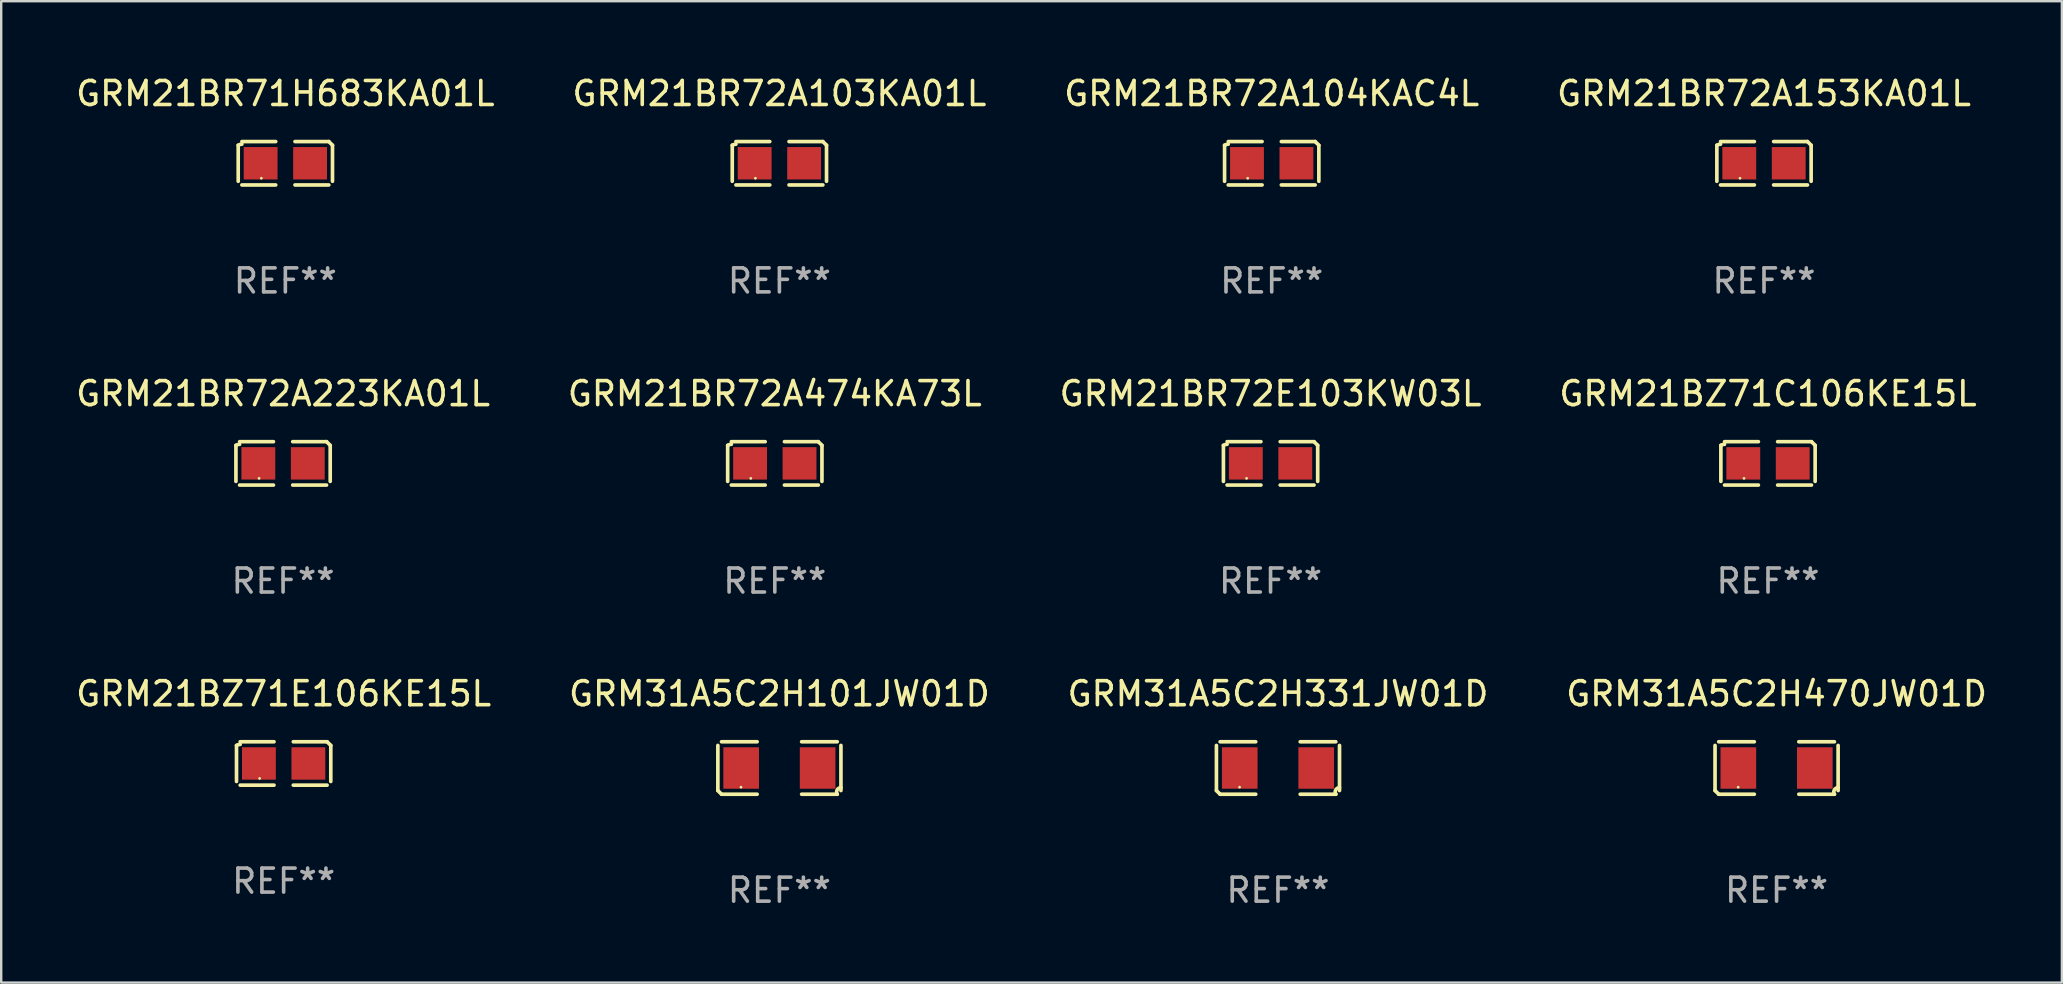
<source format=kicad_pcb>
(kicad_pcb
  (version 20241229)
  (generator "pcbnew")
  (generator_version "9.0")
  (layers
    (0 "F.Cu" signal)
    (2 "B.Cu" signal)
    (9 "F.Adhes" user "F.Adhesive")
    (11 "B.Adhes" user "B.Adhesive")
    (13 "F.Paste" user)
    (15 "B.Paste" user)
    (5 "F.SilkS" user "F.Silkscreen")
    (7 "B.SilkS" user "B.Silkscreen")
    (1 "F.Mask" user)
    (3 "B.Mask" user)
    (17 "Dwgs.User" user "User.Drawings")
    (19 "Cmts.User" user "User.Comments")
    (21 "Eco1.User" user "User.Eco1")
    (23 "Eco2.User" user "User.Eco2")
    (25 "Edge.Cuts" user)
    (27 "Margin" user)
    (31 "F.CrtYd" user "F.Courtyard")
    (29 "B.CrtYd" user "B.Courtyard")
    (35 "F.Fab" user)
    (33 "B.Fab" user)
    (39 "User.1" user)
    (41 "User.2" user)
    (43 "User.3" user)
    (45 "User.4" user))
  (footprint "GRM21BR72A223KA01L"
    (layer "F.Cu")
    (at 8.744 16.256)
    (property "Reference" "GRM21BR72A223KA01L" (at 0 -2.904 0) (layer "F.SilkS") (effects (font (size 1 1) (thickness 0.15))))
    (attr through_hole)
    (fp_line (start -1.964 0.751) (end -1.964 -0.751) (stroke (width 0.152) (type solid)) (layer "F.SilkS"))
    (fp_line (start -1.811 -0.904) (end -0.401 -0.904) (stroke (width 0.152) (type solid)) (layer "F.SilkS"))
    (fp_line (start -0.401 0.904) (end -1.811 0.904) (stroke (width 0.152) (type solid)) (layer "F.SilkS"))
    (fp_line (start 0.401 0.904) (end 1.811 0.904) (stroke (width 0.152) (type solid)) (layer "F.SilkS"))
    (fp_line (start 1.811 -0.904) (end 0.401 -0.904) (stroke (width 0.152) (type solid)) (layer "F.SilkS"))
    (fp_line (start 1.964 0.751) (end 1.964 -0.751) (stroke (width 0.152) (type solid)) (layer "F.SilkS"))
    (fp_arc (start -1.963602 -0.751207) (mid -1.890354 -0.783131) (end -1.811201 -0.794044) (stroke (width 0.1524) (type solid)) (layer "F.SilkS"))
    (fp_arc (start 1.811202 -0.903607) (mid 1.887413 -0.827418) (end 1.963602 -0.751207) (stroke (width 0.1524) (type solid)) (layer "F.SilkS"))
    (fp_circle (center -1 0.625) (end -0.97 0.625) (stroke (width 0.06) (type solid)) (fill no) (layer "F.SilkS"))
    (fp_text user "REF**" (at 0 4.904 0) (layer "F.Fab") (effects (font (size 1 1) (thickness 0.15))))
    (pad "1" smd rect (at -1.03 0) (size 1.41 1.35) (layers "F.Cu" "F.Mask" "F.Paste"))
    (pad "2" smd rect (at 1.03 0) (size 1.41 1.35) (layers "F.Cu" "F.Mask" "F.Paste")))
  (footprint "GRM21BR72A104KAC4L"
    (layer "F.Cu")
    (at 49.935 3.752)
    (property "Reference" "GRM21BR72A104KAC4L" (at 0 -2.904 0) (layer "F.SilkS") (effects (font (size 1 1) (thickness 0.15))))
    (attr through_hole)
    (fp_line (start -1.964 0.751) (end -1.964 -0.751) (stroke (width 0.152) (type solid)) (layer "F.SilkS"))
    (fp_line (start -1.811 -0.904) (end -0.401 -0.904) (stroke (width 0.152) (type solid)) (layer "F.SilkS"))
    (fp_line (start -0.401 0.904) (end -1.811 0.904) (stroke (width 0.152) (type solid)) (layer "F.SilkS"))
    (fp_line (start 0.401 0.904) (end 1.811 0.904) (stroke (width 0.152) (type solid)) (layer "F.SilkS"))
    (fp_line (start 1.811 -0.904) (end 0.401 -0.904) (stroke (width 0.152) (type solid)) (layer "F.SilkS"))
    (fp_line (start 1.964 0.751) (end 1.964 -0.751) (stroke (width 0.152) (type solid)) (layer "F.SilkS"))
    (fp_arc (start -1.963602 -0.751207) (mid -1.890354 -0.783131) (end -1.811201 -0.794044) (stroke (width 0.1524) (type solid)) (layer "F.SilkS"))
    (fp_arc (start 1.811202 -0.903607) (mid 1.887413 -0.827418) (end 1.963602 -0.751207) (stroke (width 0.1524) (type solid)) (layer "F.SilkS"))
    (fp_circle (center -1 0.625) (end -0.97 0.625) (stroke (width 0.06) (type solid)) (fill no) (layer "F.SilkS"))
    (fp_text user "REF**" (at 0 4.904 0) (layer "F.Fab") (effects (font (size 1 1) (thickness 0.15))))
    (pad "1" smd rect (at -1.03 0) (size 1.41 1.35) (layers "F.Cu" "F.Mask" "F.Paste"))
    (pad "2" smd rect (at 1.03 0) (size 1.41 1.35) (layers "F.Cu" "F.Mask" "F.Paste")))
  (footprint "GRM31A5C2H101JW01D"
    (layer "F.Cu")
    (at 29.423 28.948)
    (property "Reference" "GRM31A5C2H101JW01D" (at 0 -3.093 0) (layer "F.SilkS") (effects (font (size 1 1) (thickness 0.15))))
    (attr through_hole)
    (fp_line (start -2.564 0.94) (end -2.564 -0.94) (stroke (width 0.152) (type solid)) (layer "F.SilkS"))
    (fp_line (start -2.411 -1.093) (end -0.926 -1.093) (stroke (width 0.152) (type solid)) (layer "F.SilkS"))
    (fp_line (start -0.926 1.093) (end -2.411 1.093) (stroke (width 0.152) (type solid)) (layer "F.SilkS"))
    (fp_line (start 0.926 1.093) (end 2.411 1.093) (stroke (width 0.152) (type solid)) (layer "F.SilkS"))
    (fp_line (start 2.411 -1.093) (end 0.926 -1.093) (stroke (width 0.152) (type solid)) (layer "F.SilkS"))
    (fp_line (start 2.564 0.94) (end 2.564 -0.94) (stroke (width 0.152) (type solid)) (layer "F.SilkS"))
    (fp_arc (start -2.411201 1.092609) (mid -2.487413 1.01642) (end -2.563602 0.940208) (stroke (width 0.1524) (type solid)) (layer "F.SilkS"))
    (fp_arc (start 2.411201 1.092609) (mid 2.407159 0.911226) (end 2.563602 0.819347) (stroke (width 0.1524) (type solid)) (layer "F.SilkS"))
    (fp_circle (center -1.6 0.8) (end -1.57 0.8) (stroke (width 0.06) (type solid)) (fill no) (layer "F.SilkS"))
    (fp_text user "REF**" (at 0 5.093 0) (layer "F.Fab") (effects (font (size 1 1) (thickness 0.15))))
    (pad "1" smd rect (at -1.593 0) (size 1.485 1.728) (layers "F.Cu" "F.Mask" "F.Paste"))
    (pad "2" smd rect (at 1.593 0) (size 1.485 1.728) (layers "F.Cu" "F.Mask" "F.Paste")))
  (footprint "GRM21BR72A474KA73L"
    (layer "F.Cu")
    (at 29.232 16.256)
    (property "Reference" "GRM21BR72A474KA73L" (at 0 -2.904 0) (layer "F.SilkS") (effects (font (size 1 1) (thickness 0.15))))
    (attr through_hole)
    (fp_line (start -1.964 0.751) (end -1.964 -0.751) (stroke (width 0.152) (type solid)) (layer "F.SilkS"))
    (fp_line (start -1.811 -0.904) (end -0.401 -0.904) (stroke (width 0.152) (type solid)) (layer "F.SilkS"))
    (fp_line (start -0.401 0.904) (end -1.811 0.904) (stroke (width 0.152) (type solid)) (layer "F.SilkS"))
    (fp_line (start 0.401 0.904) (end 1.811 0.904) (stroke (width 0.152) (type solid)) (layer "F.SilkS"))
    (fp_line (start 1.811 -0.904) (end 0.401 -0.904) (stroke (width 0.152) (type solid)) (layer "F.SilkS"))
    (fp_line (start 1.964 0.751) (end 1.964 -0.751) (stroke (width 0.152) (type solid)) (layer "F.SilkS"))
    (fp_arc (start -1.963602 -0.751207) (mid -1.890354 -0.783131) (end -1.811201 -0.794044) (stroke (width 0.1524) (type solid)) (layer "F.SilkS"))
    (fp_arc (start 1.811202 -0.903607) (mid 1.887413 -0.827418) (end 1.963602 -0.751207) (stroke (width 0.1524) (type solid)) (layer "F.SilkS"))
    (fp_circle (center -1 0.625) (end -0.97 0.625) (stroke (width 0.06) (type solid)) (fill no) (layer "F.SilkS"))
    (fp_text user "REF**" (at 0 4.904 0) (layer "F.Fab") (effects (font (size 1 1) (thickness 0.15))))
    (pad "1" smd rect (at -1.03 0) (size 1.41 1.35) (layers "F.Cu" "F.Mask" "F.Paste"))
    (pad "2" smd rect (at 1.03 0) (size 1.41 1.35) (layers "F.Cu" "F.Mask" "F.Paste")))
  (footprint "GRM21BZ71C106KE15L"
    (layer "F.Cu")
    (at 70.613 16.256)
    (property "Reference" "GRM21BZ71C106KE15L" (at 0 -2.904 0) (layer "F.SilkS") (effects (font (size 1 1) (thickness 0.15))))
    (attr through_hole)
    (fp_line (start -1.964 0.751) (end -1.964 -0.751) (stroke (width 0.152) (type solid)) (layer "F.SilkS"))
    (fp_line (start -1.811 -0.904) (end -0.401 -0.904) (stroke (width 0.152) (type solid)) (layer "F.SilkS"))
    (fp_line (start -0.401 0.904) (end -1.811 0.904) (stroke (width 0.152) (type solid)) (layer "F.SilkS"))
    (fp_line (start 0.401 0.904) (end 1.811 0.904) (stroke (width 0.152) (type solid)) (layer "F.SilkS"))
    (fp_line (start 1.811 -0.904) (end 0.401 -0.904) (stroke (width 0.152) (type solid)) (layer "F.SilkS"))
    (fp_line (start 1.964 0.751) (end 1.964 -0.751) (stroke (width 0.152) (type solid)) (layer "F.SilkS"))
    (fp_arc (start -1.963602 -0.751207) (mid -1.890354 -0.783131) (end -1.811201 -0.794044) (stroke (width 0.1524) (type solid)) (layer "F.SilkS"))
    (fp_arc (start 1.811202 -0.903607) (mid 1.887413 -0.827418) (end 1.963602 -0.751207) (stroke (width 0.1524) (type solid)) (layer "F.SilkS"))
    (fp_circle (center -1 0.625) (end -0.97 0.625) (stroke (width 0.06) (type solid)) (fill no) (layer "F.SilkS"))
    (fp_text user "REF**" (at 0 4.904 0) (layer "F.Fab") (effects (font (size 1 1) (thickness 0.15))))
    (pad "1" smd rect (at -1.03 0) (size 1.41 1.35) (layers "F.Cu" "F.Mask" "F.Paste"))
    (pad "2" smd rect (at 1.03 0) (size 1.41 1.35) (layers "F.Cu" "F.Mask" "F.Paste")))
  (footprint "GRM21BZ71E106KE15L"
    (layer "F.Cu")
    (at 8.768 28.759)
    (property "Reference" "GRM21BZ71E106KE15L" (at 0 -2.904 0) (layer "F.SilkS") (effects (font (size 1 1) (thickness 0.15))))
    (attr through_hole)
    (fp_line (start -1.964 0.751) (end -1.964 -0.751) (stroke (width 0.152) (type solid)) (layer "F.SilkS"))
    (fp_line (start -1.811 -0.904) (end -0.401 -0.904) (stroke (width 0.152) (type solid)) (layer "F.SilkS"))
    (fp_line (start -0.401 0.904) (end -1.811 0.904) (stroke (width 0.152) (type solid)) (layer "F.SilkS"))
    (fp_line (start 0.401 0.904) (end 1.811 0.904) (stroke (width 0.152) (type solid)) (layer "F.SilkS"))
    (fp_line (start 1.811 -0.904) (end 0.401 -0.904) (stroke (width 0.152) (type solid)) (layer "F.SilkS"))
    (fp_line (start 1.964 0.751) (end 1.964 -0.751) (stroke (width 0.152) (type solid)) (layer "F.SilkS"))
    (fp_arc (start -1.963602 -0.751207) (mid -1.890354 -0.783131) (end -1.811201 -0.794044) (stroke (width 0.1524) (type solid)) (layer "F.SilkS"))
    (fp_arc (start 1.811202 -0.903607) (mid 1.887413 -0.827418) (end 1.963602 -0.751207) (stroke (width 0.1524) (type solid)) (layer "F.SilkS"))
    (fp_circle (center -1 0.625) (end -0.97 0.625) (stroke (width 0.06) (type solid)) (fill no) (layer "F.SilkS"))
    (fp_text user "REF**" (at 0 4.904 0) (layer "F.Fab") (effects (font (size 1 1) (thickness 0.15))))
    (pad "1" smd rect (at -1.03 0) (size 1.41 1.35) (layers "F.Cu" "F.Mask" "F.Paste"))
    (pad "2" smd rect (at 1.03 0) (size 1.41 1.35) (layers "F.Cu" "F.Mask" "F.Paste")))
  (footprint "GRM31A5C2H331JW01D"
    (layer "F.Cu")
    (at 50.196 28.948)
    (property "Reference" "GRM31A5C2H331JW01D" (at 0 -3.093 0) (layer "F.SilkS") (effects (font (size 1 1) (thickness 0.15))))
    (attr through_hole)
    (fp_line (start -2.564 0.94) (end -2.564 -0.94) (stroke (width 0.152) (type solid)) (layer "F.SilkS"))
    (fp_line (start -2.411 -1.093) (end -0.926 -1.093) (stroke (width 0.152) (type solid)) (layer "F.SilkS"))
    (fp_line (start -0.926 1.093) (end -2.411 1.093) (stroke (width 0.152) (type solid)) (layer "F.SilkS"))
    (fp_line (start 0.926 1.093) (end 2.411 1.093) (stroke (width 0.152) (type solid)) (layer "F.SilkS"))
    (fp_line (start 2.411 -1.093) (end 0.926 -1.093) (stroke (width 0.152) (type solid)) (layer "F.SilkS"))
    (fp_line (start 2.564 0.94) (end 2.564 -0.94) (stroke (width 0.152) (type solid)) (layer "F.SilkS"))
    (fp_arc (start -2.411201 1.092609) (mid -2.487413 1.01642) (end -2.563602 0.940208) (stroke (width 0.1524) (type solid)) (layer "F.SilkS"))
    (fp_arc (start 2.411201 1.092609) (mid 2.407159 0.911226) (end 2.563602 0.819347) (stroke (width 0.1524) (type solid)) (layer "F.SilkS"))
    (fp_circle (center -1.6 0.8) (end -1.57 0.8) (stroke (width 0.06) (type solid)) (fill no) (layer "F.SilkS"))
    (fp_text user "REF**" (at 0 5.093 0) (layer "F.Fab") (effects (font (size 1 1) (thickness 0.15))))
    (pad "1" smd rect (at -1.593 0) (size 1.485 1.728) (layers "F.Cu" "F.Mask" "F.Paste"))
    (pad "2" smd rect (at 1.593 0) (size 1.485 1.728) (layers "F.Cu" "F.Mask" "F.Paste")))
  (footprint "GRM21BR72E103KW03L"
    (layer "F.Cu")
    (at 49.887 16.256)
    (property "Reference" "GRM21BR72E103KW03L" (at 0 -2.904 0) (layer "F.SilkS") (effects (font (size 1 1) (thickness 0.15))))
    (attr through_hole)
    (fp_line (start -1.964 0.751) (end -1.964 -0.751) (stroke (width 0.152) (type solid)) (layer "F.SilkS"))
    (fp_line (start -1.811 -0.904) (end -0.401 -0.904) (stroke (width 0.152) (type solid)) (layer "F.SilkS"))
    (fp_line (start -0.401 0.904) (end -1.811 0.904) (stroke (width 0.152) (type solid)) (layer "F.SilkS"))
    (fp_line (start 0.401 0.904) (end 1.811 0.904) (stroke (width 0.152) (type solid)) (layer "F.SilkS"))
    (fp_line (start 1.811 -0.904) (end 0.401 -0.904) (stroke (width 0.152) (type solid)) (layer "F.SilkS"))
    (fp_line (start 1.964 0.751) (end 1.964 -0.751) (stroke (width 0.152) (type solid)) (layer "F.SilkS"))
    (fp_arc (start -1.963602 -0.751207) (mid -1.890354 -0.783131) (end -1.811201 -0.794044) (stroke (width 0.1524) (type solid)) (layer "F.SilkS"))
    (fp_arc (start 1.811202 -0.903607) (mid 1.887413 -0.827418) (end 1.963602 -0.751207) (stroke (width 0.1524) (type solid)) (layer "F.SilkS"))
    (fp_circle (center -1 0.625) (end -0.97 0.625) (stroke (width 0.06) (type solid)) (fill no) (layer "F.SilkS"))
    (fp_text user "REF**" (at 0 4.904 0) (layer "F.Fab") (effects (font (size 1 1) (thickness 0.15))))
    (pad "1" smd rect (at -1.03 0) (size 1.41 1.35) (layers "F.Cu" "F.Mask" "F.Paste"))
    (pad "2" smd rect (at 1.03 0) (size 1.41 1.35) (layers "F.Cu" "F.Mask" "F.Paste")))
  (footprint "GRM21BR71H683KA01L"
    (layer "F.Cu")
    (at 8.839 3.752)
    (property "Reference" "GRM21BR71H683KA01L" (at 0 -2.904 0) (layer "F.SilkS") (effects (font (size 1 1) (thickness 0.15))))
    (attr through_hole)
    (fp_line (start -1.964 0.751) (end -1.964 -0.751) (stroke (width 0.152) (type solid)) (layer "F.SilkS"))
    (fp_line (start -1.811 -0.904) (end -0.401 -0.904) (stroke (width 0.152) (type solid)) (layer "F.SilkS"))
    (fp_line (start -0.401 0.904) (end -1.811 0.904) (stroke (width 0.152) (type solid)) (layer "F.SilkS"))
    (fp_line (start 0.401 0.904) (end 1.811 0.904) (stroke (width 0.152) (type solid)) (layer "F.SilkS"))
    (fp_line (start 1.811 -0.904) (end 0.401 -0.904) (stroke (width 0.152) (type solid)) (layer "F.SilkS"))
    (fp_line (start 1.964 0.751) (end 1.964 -0.751) (stroke (width 0.152) (type solid)) (layer "F.SilkS"))
    (fp_arc (start -1.963602 -0.751207) (mid -1.890354 -0.783131) (end -1.811201 -0.794044) (stroke (width 0.1524) (type solid)) (layer "F.SilkS"))
    (fp_arc (start 1.811202 -0.903607) (mid 1.887413 -0.827418) (end 1.963602 -0.751207) (stroke (width 0.1524) (type solid)) (layer "F.SilkS"))
    (fp_circle (center -1 0.625) (end -0.97 0.625) (stroke (width 0.06) (type solid)) (fill no) (layer "F.SilkS"))
    (fp_text user "REF**" (at 0 4.904 0) (layer "F.Fab") (effects (font (size 1 1) (thickness 0.15))))
    (pad "1" smd rect (at -1.03 0) (size 1.41 1.35) (layers "F.Cu" "F.Mask" "F.Paste"))
    (pad "2" smd rect (at 1.03 0) (size 1.41 1.35) (layers "F.Cu" "F.Mask" "F.Paste")))
  (footprint "GRM31A5C2H470JW01D"
    (layer "F.Cu")
    (at 70.97 28.948)
    (property "Reference" "GRM31A5C2H470JW01D" (at 0 -3.093 0) (layer "F.SilkS") (effects (font (size 1 1) (thickness 0.15))))
    (attr through_hole)
    (fp_line (start -2.564 0.94) (end -2.564 -0.94) (stroke (width 0.152) (type solid)) (layer "F.SilkS"))
    (fp_line (start -2.411 -1.093) (end -0.926 -1.093) (stroke (width 0.152) (type solid)) (layer "F.SilkS"))
    (fp_line (start -0.926 1.093) (end -2.411 1.093) (stroke (width 0.152) (type solid)) (layer "F.SilkS"))
    (fp_line (start 0.926 1.093) (end 2.411 1.093) (stroke (width 0.152) (type solid)) (layer "F.SilkS"))
    (fp_line (start 2.411 -1.093) (end 0.926 -1.093) (stroke (width 0.152) (type solid)) (layer "F.SilkS"))
    (fp_line (start 2.564 0.94) (end 2.564 -0.94) (stroke (width 0.152) (type solid)) (layer "F.SilkS"))
    (fp_arc (start -2.411201 1.092609) (mid -2.487413 1.01642) (end -2.563602 0.940208) (stroke (width 0.1524) (type solid)) (layer "F.SilkS"))
    (fp_arc (start 2.411201 1.092609) (mid 2.407159 0.911226) (end 2.563602 0.819347) (stroke (width 0.1524) (type solid)) (layer "F.SilkS"))
    (fp_circle (center -1.6 0.8) (end -1.57 0.8) (stroke (width 0.06) (type solid)) (fill no) (layer "F.SilkS"))
    (fp_text user "REF**" (at 0 5.093 0) (layer "F.Fab") (effects (font (size 1 1) (thickness 0.15))))
    (pad "1" smd rect (at -1.593 0) (size 1.485 1.728) (layers "F.Cu" "F.Mask" "F.Paste"))
    (pad "2" smd rect (at 1.593 0) (size 1.485 1.728) (layers "F.Cu" "F.Mask" "F.Paste")))
  (footprint "GRM21BR72A153KA01L"
    (layer "F.Cu")
    (at 70.446 3.752)
    (property "Reference" "GRM21BR72A153KA01L" (at 0 -2.904 0) (layer "F.SilkS") (effects (font (size 1 1) (thickness 0.15))))
    (attr through_hole)
    (fp_line (start -1.964 0.751) (end -1.964 -0.751) (stroke (width 0.152) (type solid)) (layer "F.SilkS"))
    (fp_line (start -1.811 -0.904) (end -0.401 -0.904) (stroke (width 0.152) (type solid)) (layer "F.SilkS"))
    (fp_line (start -0.401 0.904) (end -1.811 0.904) (stroke (width 0.152) (type solid)) (layer "F.SilkS"))
    (fp_line (start 0.401 0.904) (end 1.811 0.904) (stroke (width 0.152) (type solid)) (layer "F.SilkS"))
    (fp_line (start 1.811 -0.904) (end 0.401 -0.904) (stroke (width 0.152) (type solid)) (layer "F.SilkS"))
    (fp_line (start 1.964 0.751) (end 1.964 -0.751) (stroke (width 0.152) (type solid)) (layer "F.SilkS"))
    (fp_arc (start -1.963602 -0.751207) (mid -1.890354 -0.783131) (end -1.811201 -0.794044) (stroke (width 0.1524) (type solid)) (layer "F.SilkS"))
    (fp_arc (start 1.811202 -0.903607) (mid 1.887413 -0.827418) (end 1.963602 -0.751207) (stroke (width 0.1524) (type solid)) (layer "F.SilkS"))
    (fp_circle (center -1 0.625) (end -0.97 0.625) (stroke (width 0.06) (type solid)) (fill no) (layer "F.SilkS"))
    (fp_text user "REF**" (at 0 4.904 0) (layer "F.Fab") (effects (font (size 1 1) (thickness 0.15))))
    (pad "1" smd rect (at -1.03 0) (size 1.41 1.35) (layers "F.Cu" "F.Mask" "F.Paste"))
    (pad "2" smd rect (at 1.03 0) (size 1.41 1.35) (layers "F.Cu" "F.Mask" "F.Paste")))
  (footprint "GRM21BR72A103KA01L"
    (layer "F.Cu")
    (at 29.423 3.752)
    (property "Reference" "GRM21BR72A103KA01L" (at 0 -2.904 0) (layer "F.SilkS") (effects (font (size 1 1) (thickness 0.15))))
    (attr through_hole)
    (fp_line (start -1.964 0.751) (end -1.964 -0.751) (stroke (width 0.152) (type solid)) (layer "F.SilkS"))
    (fp_line (start -1.811 -0.904) (end -0.401 -0.904) (stroke (width 0.152) (type solid)) (layer "F.SilkS"))
    (fp_line (start -0.401 0.904) (end -1.811 0.904) (stroke (width 0.152) (type solid)) (layer "F.SilkS"))
    (fp_line (start 0.401 0.904) (end 1.811 0.904) (stroke (width 0.152) (type solid)) (layer "F.SilkS"))
    (fp_line (start 1.811 -0.904) (end 0.401 -0.904) (stroke (width 0.152) (type solid)) (layer "F.SilkS"))
    (fp_line (start 1.964 0.751) (end 1.964 -0.751) (stroke (width 0.152) (type solid)) (layer "F.SilkS"))
    (fp_arc (start -1.963602 -0.751207) (mid -1.890354 -0.783131) (end -1.811201 -0.794044) (stroke (width 0.1524) (type solid)) (layer "F.SilkS"))
    (fp_arc (start 1.811202 -0.903607) (mid 1.887413 -0.827418) (end 1.963602 -0.751207) (stroke (width 0.1524) (type solid)) (layer "F.SilkS"))
    (fp_circle (center -1 0.625) (end -0.97 0.625) (stroke (width 0.06) (type solid)) (fill no) (layer "F.SilkS"))
    (fp_text user "REF**" (at 0 4.904 0) (layer "F.Fab") (effects (font (size 1 1) (thickness 0.15))))
    (pad "1" smd rect (at -1.03 0) (size 1.41 1.35) (layers "F.Cu" "F.Mask" "F.Paste"))
    (pad "2" smd rect (at 1.03 0) (size 1.41 1.35) (layers "F.Cu" "F.Mask" "F.Paste")))
  (gr_rect
    (start -3 -3)
    (end 82.857 37.889)
    (stroke (width 0.1) (type default))
    (fill no)
    (layer "Edge.Cuts")))
</source>
